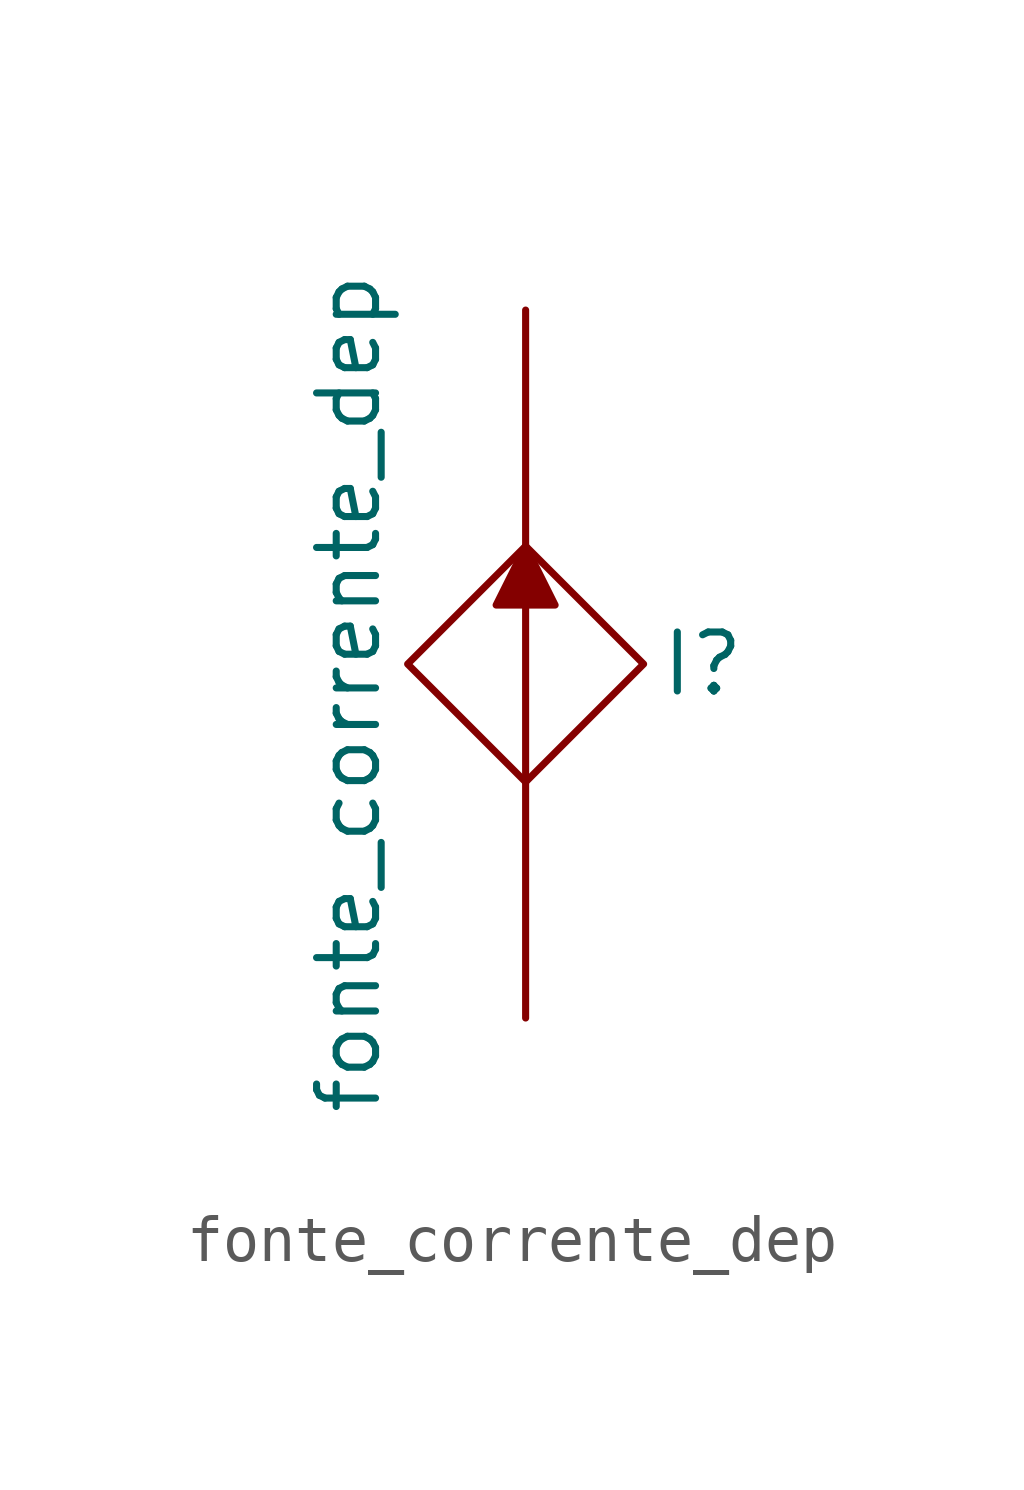
<source format=kicad_sym>
(kicad_symbol_lib
  (version 20211014)
  (generator kicad_symbol_editor)
  (symbol "fonte_corrente_dep"
    (pin_numbers hide)
    (pin_names
      (offset 0))
    (property "Reference" "I"
      (at 3.81 0 0)
      (effects (font (size 1.27 1.27))))
    (property "Value" "fonte_corrente_dep"
      (at -3.81 -0.635 90)
      (effects (font (size 1.27 1.27))))
    (symbol "fonte_corrente_dep_0_1"
      (polyline (pts (xy 0 -2.54) (xy 0 2.54)) (stroke (width 0) (type default) (color 0 0 0 0)) (fill (type none)))
      (polyline (pts (xy 0 2.54) (xy -0.635 1.27) (xy 0.635 1.27) (xy 0 2.54)) (stroke (width 0) (type default) (color 0 0 0 0)) (fill (type outline)))
      (polyline (pts (xy 0 2.54) (xy -2.54 0) (xy 0 -2.54) (xy 2.54 0) (xy 0 2.54)) (stroke (width 0) (type default) (color 0 0 0 0)) (fill (type none))))
    (symbol "fonte_corrente_dep_1_1"
      (pin passive line (at 0 7.62 270) (length 5.08) (name "~" (effects (font (size 1.27 1.27)))) (number "1" (effects (font (size 1.27 1.27)))))
      (pin passive line (at 0 -7.62 90) (length 5.08) (name "~" (effects (font (size 1.27 1.27)))) (number "2" (effects (font (size 1.27 1.27))))))))
</source>
